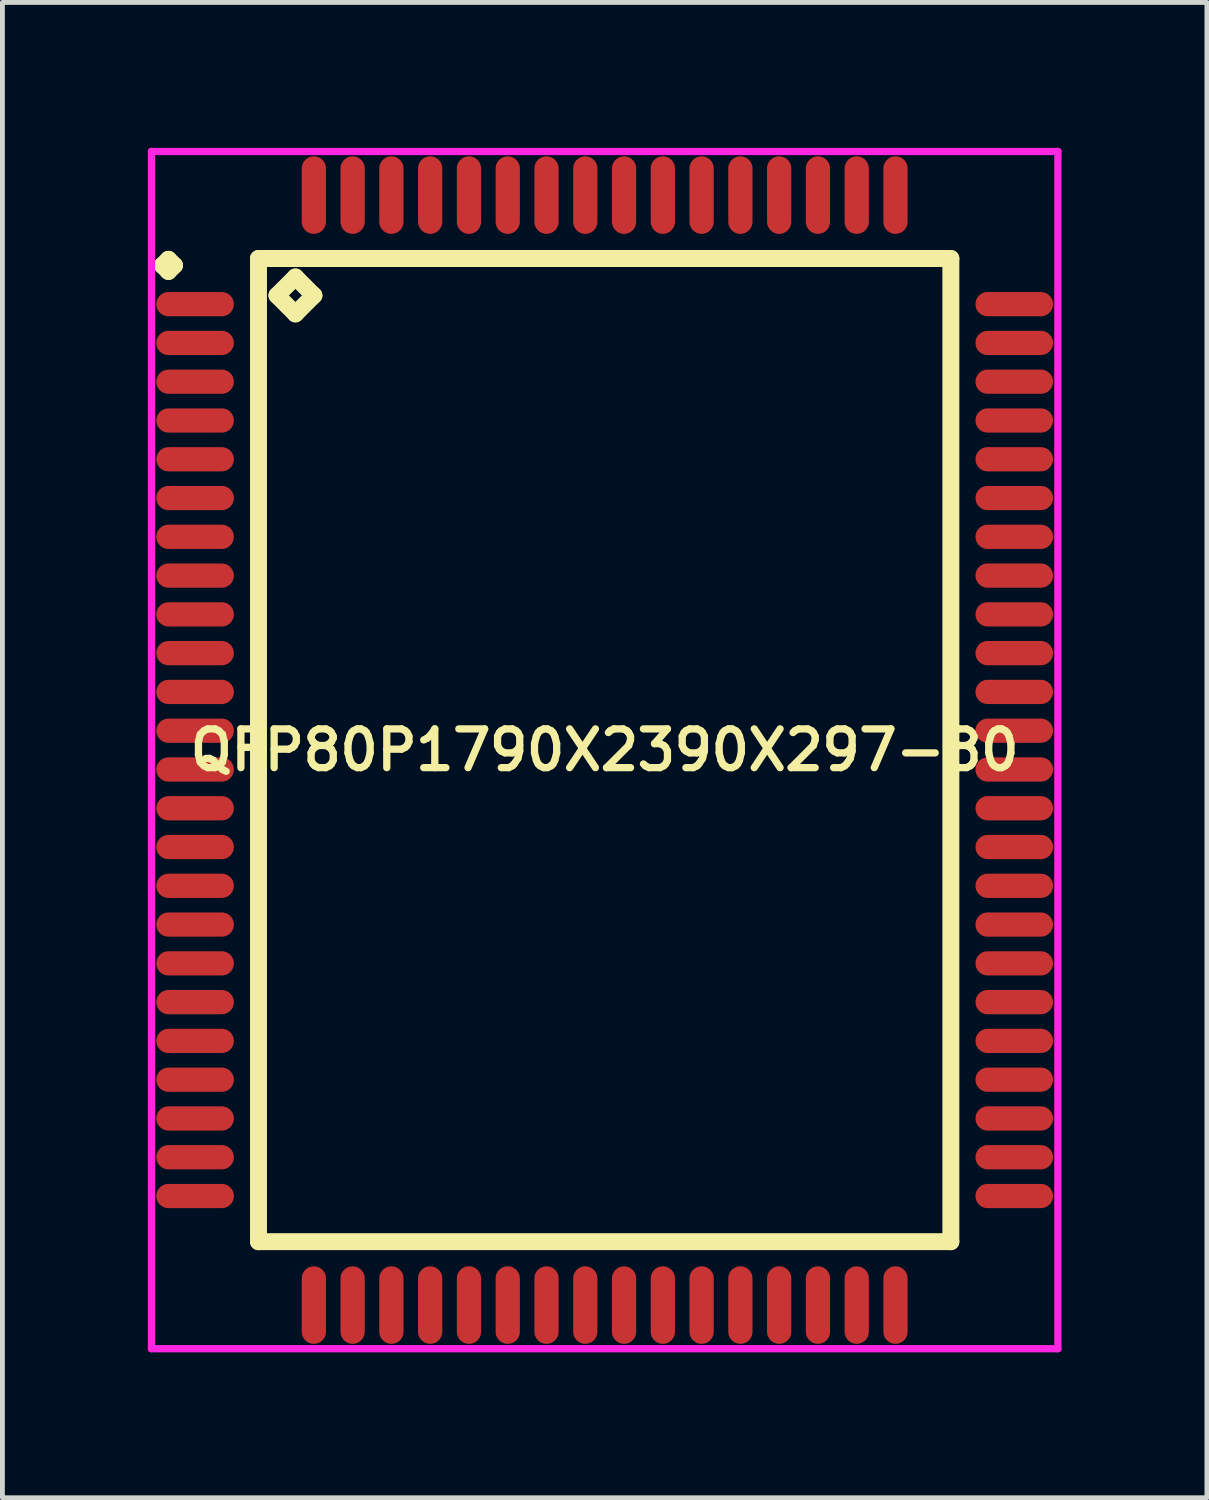
<source format=kicad_pcb>
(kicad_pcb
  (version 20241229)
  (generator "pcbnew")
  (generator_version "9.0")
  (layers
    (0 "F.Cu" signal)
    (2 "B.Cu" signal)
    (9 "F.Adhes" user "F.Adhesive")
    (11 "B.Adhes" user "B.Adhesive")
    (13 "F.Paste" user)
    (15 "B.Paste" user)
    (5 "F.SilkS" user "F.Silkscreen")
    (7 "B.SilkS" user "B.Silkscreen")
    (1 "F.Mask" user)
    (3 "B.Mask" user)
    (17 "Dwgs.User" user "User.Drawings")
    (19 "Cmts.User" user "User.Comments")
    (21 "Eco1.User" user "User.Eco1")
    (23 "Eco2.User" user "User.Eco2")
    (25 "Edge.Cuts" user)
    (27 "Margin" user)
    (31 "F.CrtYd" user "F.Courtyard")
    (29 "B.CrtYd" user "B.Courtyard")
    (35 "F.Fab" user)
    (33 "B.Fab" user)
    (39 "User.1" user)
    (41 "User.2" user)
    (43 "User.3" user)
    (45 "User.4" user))
  (footprint "QFP80P1790X2390X297-80"
    (layer "F.Cu")
    (at 9.425 12.425)
    (property "Reference" "QFP80P1790X2390X297-80" (at 0 0 0) (layer "F.SilkS") (effects (font (size 0.8 0.8) (thickness 0.15))))
    (attr through_hole)
    (fp_line (start -9.125 -10) (end -9 -10.125) (stroke (width 0.35) (type solid)) (layer "F.SilkS"))
    (fp_line (start -9 -10.125) (end -8.875 -10) (stroke (width 0.35) (type solid)) (layer "F.SilkS"))
    (fp_line (start -9 -9.875) (end -9.125 -10) (stroke (width 0.35) (type solid)) (layer "F.SilkS"))
    (fp_line (start -8.875 -10) (end -9 -9.875) (stroke (width 0.35) (type solid)) (layer "F.SilkS"))
    (fp_line (start -7.142 -10.142) (end -7.142 10.142) (stroke (width 0.35) (type solid)) (layer "F.SilkS"))
    (fp_line (start -7.142 10.142) (end 7.142 10.142) (stroke (width 0.35) (type solid)) (layer "F.SilkS"))
    (fp_line (start -6.761 -9.38) (end -6.38 -9.761) (stroke (width 0.35) (type solid)) (layer "F.SilkS"))
    (fp_line (start -6.38 -9.761) (end -5.999 -9.38) (stroke (width 0.35) (type solid)) (layer "F.SilkS"))
    (fp_line (start -6.38 -8.999) (end -6.761 -9.38) (stroke (width 0.35) (type solid)) (layer "F.SilkS"))
    (fp_line (start -5.999 -9.38) (end -6.38 -8.999) (stroke (width 0.35) (type solid)) (layer "F.SilkS"))
    (fp_line (start 7.142 -10.142) (end -7.142 -10.142) (stroke (width 0.35) (type solid)) (layer "F.SilkS"))
    (fp_line (start 7.142 10.142) (end 7.142 -10.142) (stroke (width 0.35) (type solid)) (layer "F.SilkS"))
    (fp_line (start -9.35 -12.35) (end 9.35 -12.35) (stroke (width 0.15) (type solid)) (layer "F.CrtYd"))
    (fp_line (start -9.35 12.35) (end -9.35 -12.35) (stroke (width 0.15) (type solid)) (layer "F.CrtYd"))
    (fp_line (start 9.35 -12.35) (end 9.35 12.35) (stroke (width 0.15) (type solid)) (layer "F.CrtYd"))
    (fp_line (start 9.35 12.35) (end -9.35 12.35) (stroke (width 0.15) (type solid)) (layer "F.CrtYd"))
    (pad "1" smd oval (at -8.45 -9.2) (size 1.6 0.5) (layers "F.Cu" "F.Mask" "F.Paste"))
    (pad "2" smd oval (at -8.45 -8.4) (size 1.6 0.5) (layers "F.Cu" "F.Mask" "F.Paste"))
    (pad "3" smd oval (at -8.45 -7.6) (size 1.6 0.5) (layers "F.Cu" "F.Mask" "F.Paste"))
    (pad "4" smd oval (at -8.45 -6.8) (size 1.6 0.5) (layers "F.Cu" "F.Mask" "F.Paste"))
    (pad "5" smd oval (at -8.45 -6) (size 1.6 0.5) (layers "F.Cu" "F.Mask" "F.Paste"))
    (pad "6" smd oval (at -8.45 -5.2) (size 1.6 0.5) (layers "F.Cu" "F.Mask" "F.Paste"))
    (pad "7" smd oval (at -8.45 -4.4) (size 1.6 0.5) (layers "F.Cu" "F.Mask" "F.Paste"))
    (pad "8" smd oval (at -8.45 -3.6) (size 1.6 0.5) (layers "F.Cu" "F.Mask" "F.Paste"))
    (pad "9" smd oval (at -8.45 -2.8) (size 1.6 0.5) (layers "F.Cu" "F.Mask" "F.Paste"))
    (pad "10" smd oval (at -8.45 -2) (size 1.6 0.5) (layers "F.Cu" "F.Mask" "F.Paste"))
    (pad "11" smd oval (at -8.45 -1.2) (size 1.6 0.5) (layers "F.Cu" "F.Mask" "F.Paste"))
    (pad "12" smd oval (at -8.45 -0.4) (size 1.6 0.5) (layers "F.Cu" "F.Mask" "F.Paste"))
    (pad "13" smd oval (at -8.45 0.4) (size 1.6 0.5) (layers "F.Cu" "F.Mask" "F.Paste"))
    (pad "14" smd oval (at -8.45 1.2) (size 1.6 0.5) (layers "F.Cu" "F.Mask" "F.Paste"))
    (pad "15" smd oval (at -8.45 2) (size 1.6 0.5) (layers "F.Cu" "F.Mask" "F.Paste"))
    (pad "16" smd oval (at -8.45 2.8) (size 1.6 0.5) (layers "F.Cu" "F.Mask" "F.Paste"))
    (pad "17" smd oval (at -8.45 3.6) (size 1.6 0.5) (layers "F.Cu" "F.Mask" "F.Paste"))
    (pad "18" smd oval (at -8.45 4.4) (size 1.6 0.5) (layers "F.Cu" "F.Mask" "F.Paste"))
    (pad "19" smd oval (at -8.45 5.2) (size 1.6 0.5) (layers "F.Cu" "F.Mask" "F.Paste"))
    (pad "20" smd oval (at -8.45 6) (size 1.6 0.5) (layers "F.Cu" "F.Mask" "F.Paste"))
    (pad "21" smd oval (at -8.45 6.8) (size 1.6 0.5) (layers "F.Cu" "F.Mask" "F.Paste"))
    (pad "22" smd oval (at -8.45 7.6) (size 1.6 0.5) (layers "F.Cu" "F.Mask" "F.Paste"))
    (pad "23" smd oval (at -8.45 8.4) (size 1.6 0.5) (layers "F.Cu" "F.Mask" "F.Paste"))
    (pad "24" smd oval (at -8.45 9.2) (size 1.6 0.5) (layers "F.Cu" "F.Mask" "F.Paste"))
    (pad "25" smd oval (at -6 11.45) (size 0.5 1.6) (layers "F.Cu" "F.Mask" "F.Paste"))
    (pad "26" smd oval (at -5.2 11.45) (size 0.5 1.6) (layers "F.Cu" "F.Mask" "F.Paste"))
    (pad "27" smd oval (at -4.4 11.45) (size 0.5 1.6) (layers "F.Cu" "F.Mask" "F.Paste"))
    (pad "28" smd oval (at -3.6 11.45) (size 0.5 1.6) (layers "F.Cu" "F.Mask" "F.Paste"))
    (pad "29" smd oval (at -2.8 11.45) (size 0.5 1.6) (layers "F.Cu" "F.Mask" "F.Paste"))
    (pad "30" smd oval (at -2 11.45) (size 0.5 1.6) (layers "F.Cu" "F.Mask" "F.Paste"))
    (pad "31" smd oval (at -1.2 11.45) (size 0.5 1.6) (layers "F.Cu" "F.Mask" "F.Paste"))
    (pad "32" smd oval (at -0.4 11.45) (size 0.5 1.6) (layers "F.Cu" "F.Mask" "F.Paste"))
    (pad "33" smd oval (at 0.4 11.45) (size 0.5 1.6) (layers "F.Cu" "F.Mask" "F.Paste"))
    (pad "34" smd oval (at 1.2 11.45) (size 0.5 1.6) (layers "F.Cu" "F.Mask" "F.Paste"))
    (pad "35" smd oval (at 2 11.45) (size 0.5 1.6) (layers "F.Cu" "F.Mask" "F.Paste"))
    (pad "36" smd oval (at 2.8 11.45) (size 0.5 1.6) (layers "F.Cu" "F.Mask" "F.Paste"))
    (pad "37" smd oval (at 3.6 11.45) (size 0.5 1.6) (layers "F.Cu" "F.Mask" "F.Paste"))
    (pad "38" smd oval (at 4.4 11.45) (size 0.5 1.6) (layers "F.Cu" "F.Mask" "F.Paste"))
    (pad "39" smd oval (at 5.2 11.45) (size 0.5 1.6) (layers "F.Cu" "F.Mask" "F.Paste"))
    (pad "40" smd oval (at 6 11.45) (size 0.5 1.6) (layers "F.Cu" "F.Mask" "F.Paste"))
    (pad "41" smd oval (at 8.45 9.2) (size 1.6 0.5) (layers "F.Cu" "F.Mask" "F.Paste"))
    (pad "42" smd oval (at 8.45 8.4) (size 1.6 0.5) (layers "F.Cu" "F.Mask" "F.Paste"))
    (pad "43" smd oval (at 8.45 7.6) (size 1.6 0.5) (layers "F.Cu" "F.Mask" "F.Paste"))
    (pad "44" smd oval (at 8.45 6.8) (size 1.6 0.5) (layers "F.Cu" "F.Mask" "F.Paste"))
    (pad "45" smd oval (at 8.45 6) (size 1.6 0.5) (layers "F.Cu" "F.Mask" "F.Paste"))
    (pad "46" smd oval (at 8.45 5.2) (size 1.6 0.5) (layers "F.Cu" "F.Mask" "F.Paste"))
    (pad "47" smd oval (at 8.45 4.4) (size 1.6 0.5) (layers "F.Cu" "F.Mask" "F.Paste"))
    (pad "48" smd oval (at 8.45 3.6) (size 1.6 0.5) (layers "F.Cu" "F.Mask" "F.Paste"))
    (pad "49" smd oval (at 8.45 2.8) (size 1.6 0.5) (layers "F.Cu" "F.Mask" "F.Paste"))
    (pad "50" smd oval (at 8.45 2) (size 1.6 0.5) (layers "F.Cu" "F.Mask" "F.Paste"))
    (pad "51" smd oval (at 8.45 1.2) (size 1.6 0.5) (layers "F.Cu" "F.Mask" "F.Paste"))
    (pad "52" smd oval (at 8.45 0.4) (size 1.6 0.5) (layers "F.Cu" "F.Mask" "F.Paste"))
    (pad "53" smd oval (at 8.45 -0.4) (size 1.6 0.5) (layers "F.Cu" "F.Mask" "F.Paste"))
    (pad "54" smd oval (at 8.45 -1.2) (size 1.6 0.5) (layers "F.Cu" "F.Mask" "F.Paste"))
    (pad "55" smd oval (at 8.45 -2) (size 1.6 0.5) (layers "F.Cu" "F.Mask" "F.Paste"))
    (pad "56" smd oval (at 8.45 -2.8) (size 1.6 0.5) (layers "F.Cu" "F.Mask" "F.Paste"))
    (pad "57" smd oval (at 8.45 -3.6) (size 1.6 0.5) (layers "F.Cu" "F.Mask" "F.Paste"))
    (pad "58" smd oval (at 8.45 -4.4) (size 1.6 0.5) (layers "F.Cu" "F.Mask" "F.Paste"))
    (pad "59" smd oval (at 8.45 -5.2) (size 1.6 0.5) (layers "F.Cu" "F.Mask" "F.Paste"))
    (pad "60" smd oval (at 8.45 -6) (size 1.6 0.5) (layers "F.Cu" "F.Mask" "F.Paste"))
    (pad "61" smd oval (at 8.45 -6.8) (size 1.6 0.5) (layers "F.Cu" "F.Mask" "F.Paste"))
    (pad "62" smd oval (at 8.45 -7.6) (size 1.6 0.5) (layers "F.Cu" "F.Mask" "F.Paste"))
    (pad "63" smd oval (at 8.45 -8.4) (size 1.6 0.5) (layers "F.Cu" "F.Mask" "F.Paste"))
    (pad "64" smd oval (at 8.45 -9.2) (size 1.6 0.5) (layers "F.Cu" "F.Mask" "F.Paste"))
    (pad "65" smd oval (at 6 -11.45) (size 0.5 1.6) (layers "F.Cu" "F.Mask" "F.Paste"))
    (pad "66" smd oval (at 5.2 -11.45) (size 0.5 1.6) (layers "F.Cu" "F.Mask" "F.Paste"))
    (pad "67" smd oval (at 4.4 -11.45) (size 0.5 1.6) (layers "F.Cu" "F.Mask" "F.Paste"))
    (pad "68" smd oval (at 3.6 -11.45) (size 0.5 1.6) (layers "F.Cu" "F.Mask" "F.Paste"))
    (pad "69" smd oval (at 2.8 -11.45) (size 0.5 1.6) (layers "F.Cu" "F.Mask" "F.Paste"))
    (pad "70" smd oval (at 2 -11.45) (size 0.5 1.6) (layers "F.Cu" "F.Mask" "F.Paste"))
    (pad "71" smd oval (at 1.2 -11.45) (size 0.5 1.6) (layers "F.Cu" "F.Mask" "F.Paste"))
    (pad "72" smd oval (at 0.4 -11.45) (size 0.5 1.6) (layers "F.Cu" "F.Mask" "F.Paste"))
    (pad "73" smd oval (at -0.4 -11.45) (size 0.5 1.6) (layers "F.Cu" "F.Mask" "F.Paste"))
    (pad "74" smd oval (at -1.2 -11.45) (size 0.5 1.6) (layers "F.Cu" "F.Mask" "F.Paste"))
    (pad "75" smd oval (at -2 -11.45) (size 0.5 1.6) (layers "F.Cu" "F.Mask" "F.Paste"))
    (pad "76" smd oval (at -2.8 -11.45) (size 0.5 1.6) (layers "F.Cu" "F.Mask" "F.Paste"))
    (pad "77" smd oval (at -3.6 -11.45) (size 0.5 1.6) (layers "F.Cu" "F.Mask" "F.Paste"))
    (pad "78" smd oval (at -4.4 -11.45) (size 0.5 1.6) (layers "F.Cu" "F.Mask" "F.Paste"))
    (pad "79" smd oval (at -5.2 -11.45) (size 0.5 1.6) (layers "F.Cu" "F.Mask" "F.Paste"))
    (pad "80" smd oval (at -6 -11.45) (size 0.5 1.6) (layers "F.Cu" "F.Mask" "F.Paste")))
  (gr_rect
    (start -3 -3)
    (end 21.85 27.85)
    (stroke (width 0.1) (type default))
    (fill no)
    (layer "Edge.Cuts")))
</source>
